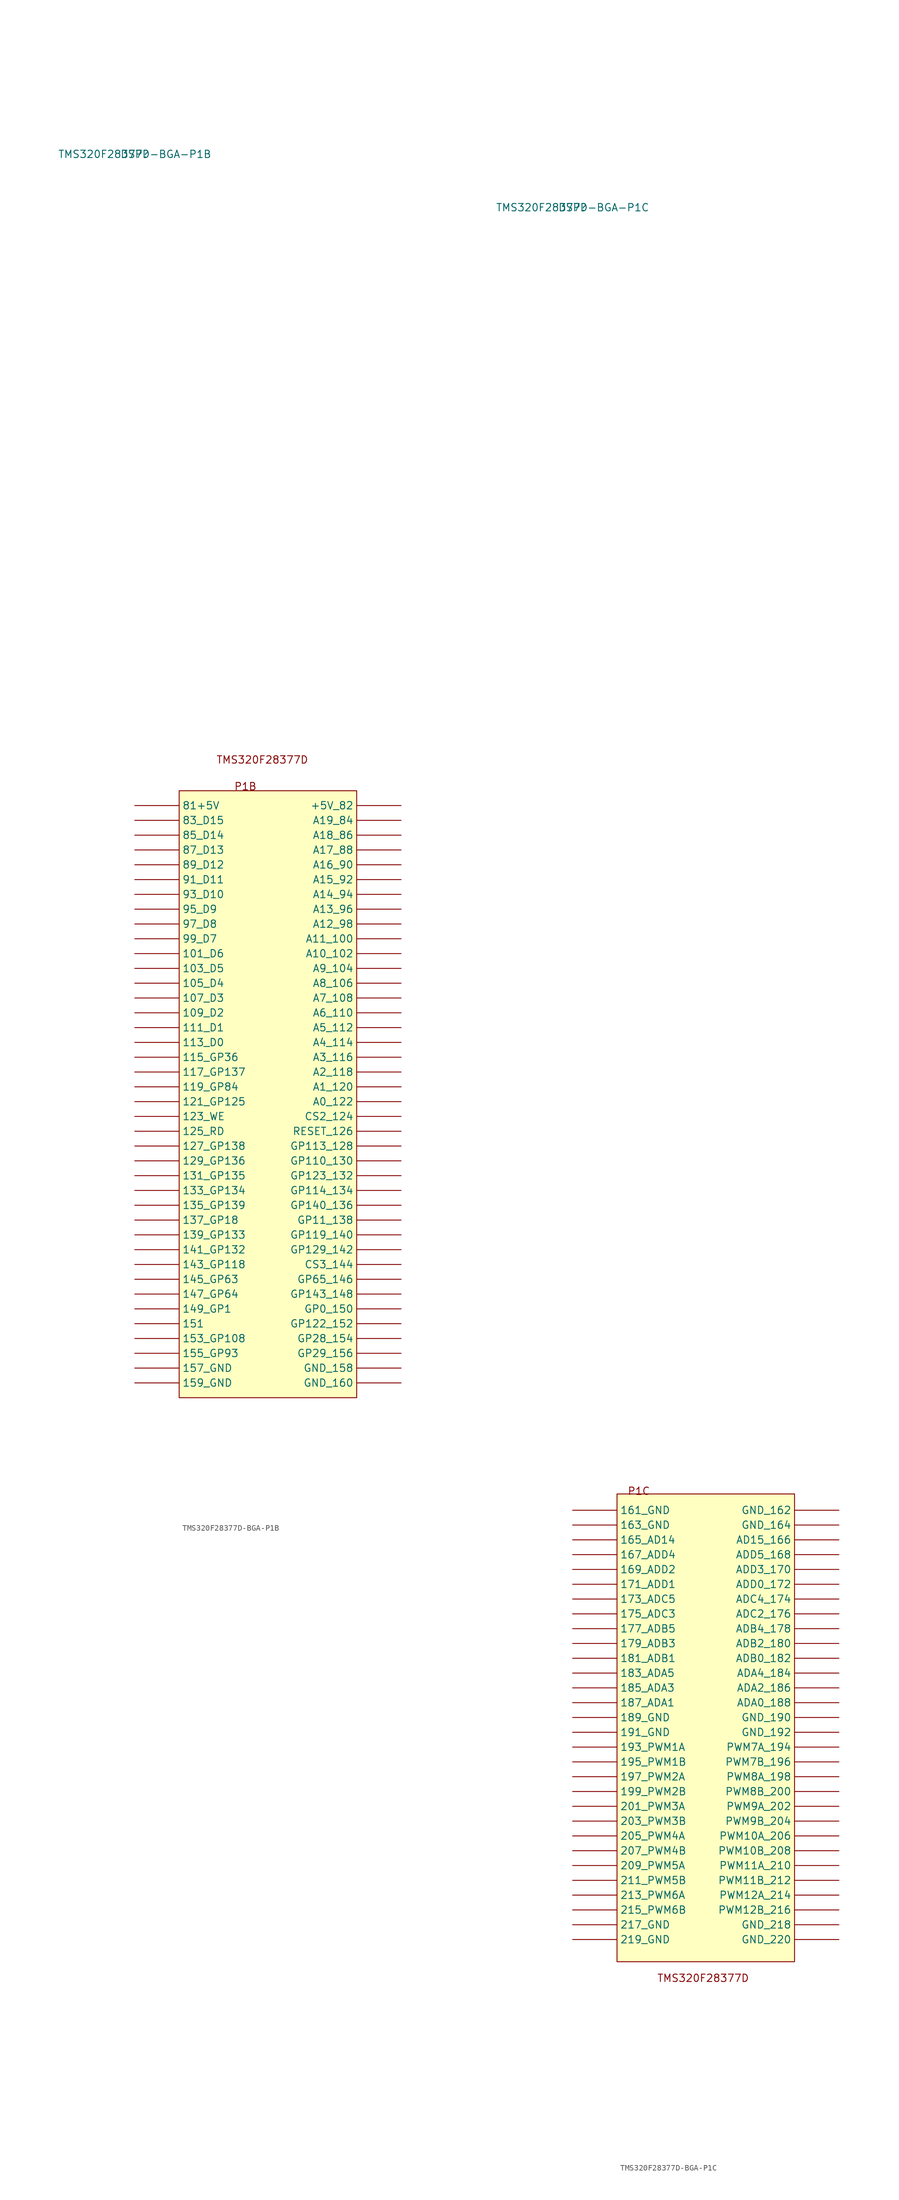
<source format=kicad_sym>
(kicad_symbol_lib
  (version 20220914)
  (generator kicad_symbol_editor)
  (symbol "TMS320F28377D-BGA-P1B"
    (property "Reference" "DSP"
      (at 0 0 0)
      (effects (font (size 1.27 1.27))))
    (property "Value" "TMS320F28377D-BGA-P1B"
      (at 0 0 0)
      (effects (font (size 1.27 1.27))))
    (symbol "TMS320F28377D-BGA-P1B_1_0"
      (rectangle (start 38.1 -109.22) (end 7.62 -213.36) (stroke (width 0) (type solid)) (fill (type background)))
      (text "P1B" (at 17.018 -109.22 0) (effects (font (size 1.27 1.27)) (justify left bottom)))
      (text "TMS320F28377D" (at 13.97 -104.648 0) (effects (font (size 1.27 1.27)) (justify left bottom)))
      (pin passive line (at 45.72 -134.62 180) (length 7.62) (name "A11_100" (effects (font (size 1.27 1.27)))) (number "100" (effects (font (size 0 0)))))
      (pin passive line (at 0 -137.16 0) (length 7.62) (name "101_D6" (effects (font (size 1.27 1.27)))) (number "101" (effects (font (size 0 0)))))
      (pin passive line (at 45.72 -137.16 180) (length 7.62) (name "A10_102" (effects (font (size 1.27 1.27)))) (number "102" (effects (font (size 0 0)))))
      (pin passive line (at 0 -139.7 0) (length 7.62) (name "103_D5" (effects (font (size 1.27 1.27)))) (number "103" (effects (font (size 0 0)))))
      (pin passive line (at 45.72 -139.7 180) (length 7.62) (name "A9_104" (effects (font (size 1.27 1.27)))) (number "104" (effects (font (size 0 0)))))
      (pin passive line (at 0 -142.24 0) (length 7.62) (name "105_D4" (effects (font (size 1.27 1.27)))) (number "105" (effects (font (size 0 0)))))
      (pin passive line (at 45.72 -142.24 180) (length 7.62) (name "A8_106" (effects (font (size 1.27 1.27)))) (number "106" (effects (font (size 0 0)))))
      (pin passive line (at 0 -144.78 0) (length 7.62) (name "107_D3" (effects (font (size 1.27 1.27)))) (number "107" (effects (font (size 0 0)))))
      (pin passive line (at 45.72 -144.78 180) (length 7.62) (name "A7_108" (effects (font (size 1.27 1.27)))) (number "108" (effects (font (size 0 0)))))
      (pin passive line (at 0 -147.32 0) (length 7.62) (name "109_D2" (effects (font (size 1.27 1.27)))) (number "109" (effects (font (size 0 0)))))
      (pin passive line (at 45.72 -147.32 180) (length 7.62) (name "A6_110" (effects (font (size 1.27 1.27)))) (number "110" (effects (font (size 0 0)))))
      (pin passive line (at 0 -149.86 0) (length 7.62) (name "111_D1" (effects (font (size 1.27 1.27)))) (number "111" (effects (font (size 0 0)))))
      (pin passive line (at 45.72 -149.86 180) (length 7.62) (name "A5_112" (effects (font (size 1.27 1.27)))) (number "112" (effects (font (size 0 0)))))
      (pin passive line (at 0 -152.4 0) (length 7.62) (name "113_D0" (effects (font (size 1.27 1.27)))) (number "113" (effects (font (size 0 0)))))
      (pin passive line (at 45.72 -152.4 180) (length 7.62) (name "A4_114" (effects (font (size 1.27 1.27)))) (number "114" (effects (font (size 0 0)))))
      (pin passive line (at 0 -154.94 0) (length 7.62) (name "115_GP36" (effects (font (size 1.27 1.27)))) (number "115" (effects (font (size 0 0)))))
      (pin passive line (at 45.72 -154.94 180) (length 7.62) (name "A3_116" (effects (font (size 1.27 1.27)))) (number "116" (effects (font (size 0 0)))))
      (pin passive line (at 0 -157.48 0) (length 7.62) (name "117_GP137" (effects (font (size 1.27 1.27)))) (number "117" (effects (font (size 0 0)))))
      (pin passive line (at 45.72 -157.48 180) (length 7.62) (name "A2_118" (effects (font (size 1.27 1.27)))) (number "118" (effects (font (size 0 0)))))
      (pin passive line (at 0 -160.02 0) (length 7.62) (name "119_GP84" (effects (font (size 1.27 1.27)))) (number "119" (effects (font (size 0 0)))))
      (pin passive line (at 45.72 -160.02 180) (length 7.62) (name "A1_120" (effects (font (size 1.27 1.27)))) (number "120" (effects (font (size 0 0)))))
      (pin passive line (at 0 -162.56 0) (length 7.62) (name "121_GP125" (effects (font (size 1.27 1.27)))) (number "121" (effects (font (size 0 0)))))
      (pin passive line (at 45.72 -162.56 180) (length 7.62) (name "A0_122" (effects (font (size 1.27 1.27)))) (number "122" (effects (font (size 0 0)))))
      (pin passive line (at 0 -165.1 0) (length 7.62) (name "123_WE" (effects (font (size 1.27 1.27)))) (number "123" (effects (font (size 0 0)))))
      (pin passive line (at 45.72 -165.1 180) (length 7.62) (name "CS2_124" (effects (font (size 1.27 1.27)))) (number "124" (effects (font (size 0 0)))))
      (pin passive line (at 0 -167.64 0) (length 7.62) (name "125_RD" (effects (font (size 1.27 1.27)))) (number "125" (effects (font (size 0 0)))))
      (pin passive line (at 45.72 -167.64 180) (length 7.62) (name "RESET_126" (effects (font (size 1.27 1.27)))) (number "126" (effects (font (size 0 0)))))
      (pin passive line (at 0 -170.18 0) (length 7.62) (name "127_GP138" (effects (font (size 1.27 1.27)))) (number "127" (effects (font (size 0 0)))))
      (pin passive line (at 45.72 -170.18 180) (length 7.62) (name "GP113_128" (effects (font (size 1.27 1.27)))) (number "128" (effects (font (size 0 0)))))
      (pin passive line (at 0 -172.72 0) (length 7.62) (name "129_GP136" (effects (font (size 1.27 1.27)))) (number "129" (effects (font (size 0 0)))))
      (pin passive line (at 45.72 -172.72 180) (length 7.62) (name "GP110_130" (effects (font (size 1.27 1.27)))) (number "130" (effects (font (size 0 0)))))
      (pin passive line (at 0 -175.26 0) (length 7.62) (name "131_GP135" (effects (font (size 1.27 1.27)))) (number "131" (effects (font (size 0 0)))))
      (pin passive line (at 45.72 -175.26 180) (length 7.62) (name "GP123_132" (effects (font (size 1.27 1.27)))) (number "132" (effects (font (size 0 0)))))
      (pin passive line (at 0 -177.8 0) (length 7.62) (name "133_GP134" (effects (font (size 1.27 1.27)))) (number "133" (effects (font (size 0 0)))))
      (pin passive line (at 45.72 -177.8 180) (length 7.62) (name "GP114_134" (effects (font (size 1.27 1.27)))) (number "134" (effects (font (size 0 0)))))
      (pin passive line (at 0 -180.34 0) (length 7.62) (name "135_GP139" (effects (font (size 1.27 1.27)))) (number "135" (effects (font (size 0 0)))))
      (pin passive line (at 45.72 -180.34 180) (length 7.62) (name "GP140_136" (effects (font (size 1.27 1.27)))) (number "136" (effects (font (size 0 0)))))
      (pin passive line (at 0 -182.88 0) (length 7.62) (name "137_GP18" (effects (font (size 1.27 1.27)))) (number "137" (effects (font (size 0 0)))))
      (pin passive line (at 45.72 -182.88 180) (length 7.62) (name "GP11_138" (effects (font (size 1.27 1.27)))) (number "138" (effects (font (size 0 0)))))
      (pin passive line (at 0 -185.42 0) (length 7.62) (name "139_GP133" (effects (font (size 1.27 1.27)))) (number "139" (effects (font (size 0 0)))))
      (pin passive line (at 45.72 -185.42 180) (length 7.62) (name "GP119_140" (effects (font (size 1.27 1.27)))) (number "140" (effects (font (size 0 0)))))
      (pin passive line (at 0 -187.96 0) (length 7.62) (name "141_GP132" (effects (font (size 1.27 1.27)))) (number "141" (effects (font (size 0 0)))))
      (pin passive line (at 45.72 -187.96 180) (length 7.62) (name "GP129_142" (effects (font (size 1.27 1.27)))) (number "142" (effects (font (size 0 0)))))
      (pin passive line (at 0 -190.5 0) (length 7.62) (name "143_GP118" (effects (font (size 1.27 1.27)))) (number "143" (effects (font (size 0 0)))))
      (pin passive line (at 45.72 -190.5 180) (length 7.62) (name "CS3_144" (effects (font (size 1.27 1.27)))) (number "144" (effects (font (size 0 0)))))
      (pin passive line (at 0 -193.04 0) (length 7.62) (name "145_GP63" (effects (font (size 1.27 1.27)))) (number "145" (effects (font (size 0 0)))))
      (pin passive line (at 45.72 -193.04 180) (length 7.62) (name "GP65_146" (effects (font (size 1.27 1.27)))) (number "146" (effects (font (size 0 0)))))
      (pin passive line (at 0 -195.58 0) (length 7.62) (name "147_GP64" (effects (font (size 1.27 1.27)))) (number "147" (effects (font (size 0 0)))))
      (pin passive line (at 45.72 -195.58 180) (length 7.62) (name "GP143_148" (effects (font (size 1.27 1.27)))) (number "148" (effects (font (size 0 0)))))
      (pin passive line (at 0 -198.12 0) (length 7.62) (name "149_GP1" (effects (font (size 1.27 1.27)))) (number "149" (effects (font (size 0 0)))))
      (pin passive line (at 45.72 -198.12 180) (length 7.62) (name "GP0_150" (effects (font (size 1.27 1.27)))) (number "150" (effects (font (size 0 0)))))
      (pin passive line (at 0 -200.66 0) (length 7.62) (name "151" (effects (font (size 1.27 1.27)))) (number "151" (effects (font (size 0 0)))))
      (pin passive line (at 45.72 -200.66 180) (length 7.62) (name "GP122_152" (effects (font (size 1.27 1.27)))) (number "152" (effects (font (size 0 0)))))
      (pin passive line (at 0 -203.2 0) (length 7.62) (name "153_GP108" (effects (font (size 1.27 1.27)))) (number "153" (effects (font (size 0 0)))))
      (pin passive line (at 45.72 -203.2 180) (length 7.62) (name "GP28_154" (effects (font (size 1.27 1.27)))) (number "154" (effects (font (size 0 0)))))
      (pin passive line (at 0 -205.74 0) (length 7.62) (name "155_GP93" (effects (font (size 1.27 1.27)))) (number "155" (effects (font (size 0 0)))))
      (pin passive line (at 45.72 -205.74 180) (length 7.62) (name "GP29_156" (effects (font (size 1.27 1.27)))) (number "156" (effects (font (size 0 0)))))
      (pin passive line (at 0 -208.28 0) (length 7.62) (name "157_GND" (effects (font (size 1.27 1.27)))) (number "157" (effects (font (size 0 0)))))
      (pin passive line (at 45.72 -208.28 180) (length 7.62) (name "GND_158" (effects (font (size 1.27 1.27)))) (number "158" (effects (font (size 0 0)))))
      (pin passive line (at 0 -210.82 0) (length 7.62) (name "159_GND" (effects (font (size 1.27 1.27)))) (number "159" (effects (font (size 0 0)))))
      (pin passive line (at 45.72 -210.82 180) (length 7.62) (name "GND_160" (effects (font (size 1.27 1.27)))) (number "160" (effects (font (size 0 0)))))
      (pin passive line (at 0 -111.76 0) (length 7.62) (name "81+5V" (effects (font (size 1.27 1.27)))) (number "81" (effects (font (size 0 0)))))
      (pin passive line (at 45.72 -111.76 180) (length 7.62) (name "+5V_82" (effects (font (size 1.27 1.27)))) (number "82" (effects (font (size 0 0)))))
      (pin passive line (at 0 -114.3 0) (length 7.62) (name "83_D15" (effects (font (size 1.27 1.27)))) (number "83" (effects (font (size 0 0)))))
      (pin passive line (at 45.72 -114.3 180) (length 7.62) (name "A19_84" (effects (font (size 1.27 1.27)))) (number "84" (effects (font (size 0 0)))))
      (pin passive line (at 0 -116.84 0) (length 7.62) (name "85_D14" (effects (font (size 1.27 1.27)))) (number "85" (effects (font (size 0 0)))))
      (pin passive line (at 45.72 -116.84 180) (length 7.62) (name "A18_86" (effects (font (size 1.27 1.27)))) (number "86" (effects (font (size 0 0)))))
      (pin passive line (at 0 -119.38 0) (length 7.62) (name "87_D13" (effects (font (size 1.27 1.27)))) (number "87" (effects (font (size 0 0)))))
      (pin passive line (at 45.72 -119.38 180) (length 7.62) (name "A17_88" (effects (font (size 1.27 1.27)))) (number "88" (effects (font (size 0 0)))))
      (pin passive line (at 0 -121.92 0) (length 7.62) (name "89_D12" (effects (font (size 1.27 1.27)))) (number "89" (effects (font (size 0 0)))))
      (pin passive line (at 45.72 -121.92 180) (length 7.62) (name "A16_90" (effects (font (size 1.27 1.27)))) (number "90" (effects (font (size 0 0)))))
      (pin passive line (at 0 -124.46 0) (length 7.62) (name "91_D11" (effects (font (size 1.27 1.27)))) (number "91" (effects (font (size 0 0)))))
      (pin passive line (at 45.72 -124.46 180) (length 7.62) (name "A15_92" (effects (font (size 1.27 1.27)))) (number "92" (effects (font (size 0 0)))))
      (pin passive line (at 0 -127 0) (length 7.62) (name "93_D10" (effects (font (size 1.27 1.27)))) (number "93" (effects (font (size 0 0)))))
      (pin passive line (at 45.72 -127 180) (length 7.62) (name "A14_94" (effects (font (size 1.27 1.27)))) (number "94" (effects (font (size 0 0)))))
      (pin passive line (at 0 -129.54 0) (length 7.62) (name "95_D9" (effects (font (size 1.27 1.27)))) (number "95" (effects (font (size 0 0)))))
      (pin passive line (at 45.72 -129.54 180) (length 7.62) (name "A13_96" (effects (font (size 1.27 1.27)))) (number "96" (effects (font (size 0 0)))))
      (pin passive line (at 0 -132.08 0) (length 7.62) (name "97_D8" (effects (font (size 1.27 1.27)))) (number "97" (effects (font (size 0 0)))))
      (pin passive line (at 45.72 -132.08 180) (length 7.62) (name "A12_98" (effects (font (size 1.27 1.27)))) (number "98" (effects (font (size 0 0)))))
      (pin passive line (at 0 -134.62 0) (length 7.62) (name "99_D7" (effects (font (size 1.27 1.27)))) (number "99" (effects (font (size 0 0)))))))
  (symbol "TMS320F28377D-BGA-P1C"
    (property "Reference" "DSP"
      (at 0 0 0)
      (effects (font (size 1.27 1.27))))
    (property "Value" "TMS320F28377D-BGA-P1C"
      (at 0 0 0)
      (effects (font (size 1.27 1.27))))
    (symbol "TMS320F28377D-BGA-P1C_1_0"
      (rectangle (start 38.1 -220.726) (end 7.62 -300.99) (stroke (width 0) (type solid)) (fill (type background)))
      (text "P1C" (at 9.398 -220.98 0) (effects (font (size 1.27 1.27)) (justify left bottom)))
      (text "TMS320F28377D" (at 14.478 -304.546 0) (effects (font (size 1.27 1.27)) (justify left bottom)))
      (pin passive line (at 0 -223.52 0) (length 7.62) (name "161_GND" (effects (font (size 1.27 1.27)))) (number "161" (effects (font (size 0 0)))))
      (pin passive line (at 45.72 -223.52 180) (length 7.62) (name "GND_162" (effects (font (size 1.27 1.27)))) (number "162" (effects (font (size 0 0)))))
      (pin passive line (at 0 -226.06 0) (length 7.62) (name "163_GND" (effects (font (size 1.27 1.27)))) (number "163" (effects (font (size 0 0)))))
      (pin passive line (at 45.72 -226.06 180) (length 7.62) (name "GND_164" (effects (font (size 1.27 1.27)))) (number "164" (effects (font (size 0 0)))))
      (pin passive line (at 0 -228.6 0) (length 7.62) (name "165_AD14" (effects (font (size 1.27 1.27)))) (number "165" (effects (font (size 0 0)))))
      (pin passive line (at 45.72 -228.6 180) (length 7.62) (name "AD15_166" (effects (font (size 1.27 1.27)))) (number "166" (effects (font (size 0 0)))))
      (pin passive line (at 0 -231.14 0) (length 7.62) (name "167_ADD4" (effects (font (size 1.27 1.27)))) (number "167" (effects (font (size 0 0)))))
      (pin passive line (at 45.72 -231.14 180) (length 7.62) (name "ADD5_168" (effects (font (size 1.27 1.27)))) (number "168" (effects (font (size 0 0)))))
      (pin passive line (at 0 -233.68 0) (length 7.62) (name "169_ADD2" (effects (font (size 1.27 1.27)))) (number "169" (effects (font (size 0 0)))))
      (pin passive line (at 45.72 -233.68 180) (length 7.62) (name "ADD3_170" (effects (font (size 1.27 1.27)))) (number "170" (effects (font (size 0 0)))))
      (pin passive line (at 0 -236.22 0) (length 7.62) (name "171_ADD1" (effects (font (size 1.27 1.27)))) (number "171" (effects (font (size 0 0)))))
      (pin passive line (at 45.72 -236.22 180) (length 7.62) (name "ADD0_172" (effects (font (size 1.27 1.27)))) (number "172" (effects (font (size 0 0)))))
      (pin passive line (at 0 -238.76 0) (length 7.62) (name "173_ADC5" (effects (font (size 1.27 1.27)))) (number "173" (effects (font (size 0 0)))))
      (pin passive line (at 45.72 -238.76 180) (length 7.62) (name "ADC4_174" (effects (font (size 1.27 1.27)))) (number "174" (effects (font (size 0 0)))))
      (pin passive line (at 0 -241.3 0) (length 7.62) (name "175_ADC3" (effects (font (size 1.27 1.27)))) (number "175" (effects (font (size 0 0)))))
      (pin passive line (at 45.72 -241.3 180) (length 7.62) (name "ADC2_176" (effects (font (size 1.27 1.27)))) (number "176" (effects (font (size 0 0)))))
      (pin passive line (at 0 -243.84 0) (length 7.62) (name "177_ADB5" (effects (font (size 1.27 1.27)))) (number "177" (effects (font (size 0 0)))))
      (pin passive line (at 45.72 -243.84 180) (length 7.62) (name "ADB4_178" (effects (font (size 1.27 1.27)))) (number "178" (effects (font (size 0 0)))))
      (pin passive line (at 0 -246.38 0) (length 7.62) (name "179_ADB3" (effects (font (size 1.27 1.27)))) (number "179" (effects (font (size 0 0)))))
      (pin passive line (at 45.72 -246.38 180) (length 7.62) (name "ADB2_180" (effects (font (size 1.27 1.27)))) (number "180" (effects (font (size 0 0)))))
      (pin passive line (at 0 -248.92 0) (length 7.62) (name "181_ADB1" (effects (font (size 1.27 1.27)))) (number "181" (effects (font (size 0 0)))))
      (pin passive line (at 45.72 -248.92 180) (length 7.62) (name "ADB0_182" (effects (font (size 1.27 1.27)))) (number "182" (effects (font (size 0 0)))))
      (pin passive line (at 0 -251.46 0) (length 7.62) (name "183_ADA5" (effects (font (size 1.27 1.27)))) (number "183" (effects (font (size 0 0)))))
      (pin passive line (at 45.72 -251.46 180) (length 7.62) (name "ADA4_184" (effects (font (size 1.27 1.27)))) (number "184" (effects (font (size 0 0)))))
      (pin passive line (at 0 -254 0) (length 7.62) (name "185_ADA3" (effects (font (size 1.27 1.27)))) (number "185" (effects (font (size 0 0)))))
      (pin passive line (at 45.72 -254 180) (length 7.62) (name "ADA2_186" (effects (font (size 1.27 1.27)))) (number "186" (effects (font (size 0 0)))))
      (pin passive line (at 0 -256.54 0) (length 7.62) (name "187_ADA1" (effects (font (size 1.27 1.27)))) (number "187" (effects (font (size 0 0)))))
      (pin passive line (at 45.72 -256.54 180) (length 7.62) (name "ADA0_188" (effects (font (size 1.27 1.27)))) (number "188" (effects (font (size 0 0)))))
      (pin passive line (at 0 -259.08 0) (length 7.62) (name "189_GND" (effects (font (size 1.27 1.27)))) (number "189" (effects (font (size 0 0)))))
      (pin passive line (at 45.72 -259.08 180) (length 7.62) (name "GND_190" (effects (font (size 1.27 1.27)))) (number "190" (effects (font (size 0 0)))))
      (pin passive line (at 0 -261.62 0) (length 7.62) (name "191_GND" (effects (font (size 1.27 1.27)))) (number "191" (effects (font (size 0 0)))))
      (pin passive line (at 45.72 -261.62 180) (length 7.62) (name "GND_192" (effects (font (size 1.27 1.27)))) (number "192" (effects (font (size 0 0)))))
      (pin passive line (at 0 -264.16 0) (length 7.62) (name "193_PWM1A" (effects (font (size 1.27 1.27)))) (number "193" (effects (font (size 0 0)))))
      (pin passive line (at 45.72 -264.16 180) (length 7.62) (name "PWM7A_194" (effects (font (size 1.27 1.27)))) (number "194" (effects (font (size 0 0)))))
      (pin passive line (at 0 -266.7 0) (length 7.62) (name "195_PWM1B" (effects (font (size 1.27 1.27)))) (number "195" (effects (font (size 0 0)))))
      (pin passive line (at 45.72 -266.7 180) (length 7.62) (name "PWM7B_196" (effects (font (size 1.27 1.27)))) (number "196" (effects (font (size 0 0)))))
      (pin passive line (at 0 -269.24 0) (length 7.62) (name "197_PWM2A" (effects (font (size 1.27 1.27)))) (number "197" (effects (font (size 0 0)))))
      (pin passive line (at 45.72 -269.24 180) (length 7.62) (name "PWM8A_198" (effects (font (size 1.27 1.27)))) (number "198" (effects (font (size 0 0)))))
      (pin passive line (at 0 -271.78 0) (length 7.62) (name "199_PWM2B" (effects (font (size 1.27 1.27)))) (number "199" (effects (font (size 0 0)))))
      (pin passive line (at 45.72 -271.78 180) (length 7.62) (name "PWM8B_200" (effects (font (size 1.27 1.27)))) (number "200" (effects (font (size 0 0)))))
      (pin passive line (at 0 -274.32 0) (length 7.62) (name "201_PWM3A" (effects (font (size 1.27 1.27)))) (number "201" (effects (font (size 0 0)))))
      (pin passive line (at 45.72 -274.32 180) (length 7.62) (name "PWM9A_202" (effects (font (size 1.27 1.27)))) (number "202" (effects (font (size 0 0)))))
      (pin passive line (at 0 -276.86 0) (length 7.62) (name "203_PWM3B" (effects (font (size 1.27 1.27)))) (number "203" (effects (font (size 0 0)))))
      (pin passive line (at 45.72 -276.86 180) (length 7.62) (name "PWM9B_204" (effects (font (size 1.27 1.27)))) (number "204" (effects (font (size 0 0)))))
      (pin passive line (at 0 -279.4 0) (length 7.62) (name "205_PWM4A" (effects (font (size 1.27 1.27)))) (number "205" (effects (font (size 0 0)))))
      (pin passive line (at 45.72 -279.4 180) (length 7.62) (name "PWM10A_206" (effects (font (size 1.27 1.27)))) (number "206" (effects (font (size 0 0)))))
      (pin passive line (at 0 -281.94 0) (length 7.62) (name "207_PWM4B" (effects (font (size 1.27 1.27)))) (number "207" (effects (font (size 0 0)))))
      (pin passive line (at 45.72 -281.94 180) (length 7.62) (name "PWM10B_208" (effects (font (size 1.27 1.27)))) (number "208" (effects (font (size 0 0)))))
      (pin passive line (at 0 -284.48 0) (length 7.62) (name "209_PWM5A" (effects (font (size 1.27 1.27)))) (number "209" (effects (font (size 0 0)))))
      (pin passive line (at 45.72 -284.48 180) (length 7.62) (name "PWM11A_210" (effects (font (size 1.27 1.27)))) (number "210" (effects (font (size 0 0)))))
      (pin passive line (at 0 -287.02 0) (length 7.62) (name "211_PWM5B" (effects (font (size 1.27 1.27)))) (number "211" (effects (font (size 0 0)))))
      (pin passive line (at 45.72 -287.02 180) (length 7.62) (name "PWM11B_212" (effects (font (size 1.27 1.27)))) (number "212" (effects (font (size 0 0)))))
      (pin passive line (at 0 -289.56 0) (length 7.62) (name "213_PWM6A" (effects (font (size 1.27 1.27)))) (number "213" (effects (font (size 0 0)))))
      (pin passive line (at 45.72 -289.56 180) (length 7.62) (name "PWM12A_214" (effects (font (size 1.27 1.27)))) (number "214" (effects (font (size 0 0)))))
      (pin passive line (at 0 -292.1 0) (length 7.62) (name "215_PWM6B" (effects (font (size 1.27 1.27)))) (number "215" (effects (font (size 0 0)))))
      (pin passive line (at 45.72 -292.1 180) (length 7.62) (name "PWM12B_216" (effects (font (size 1.27 1.27)))) (number "216" (effects (font (size 0 0)))))
      (pin passive line (at 0 -294.64 0) (length 7.62) (name "217_GND" (effects (font (size 1.27 1.27)))) (number "217" (effects (font (size 0 0)))))
      (pin passive line (at 45.72 -294.64 180) (length 7.62) (name "GND_218" (effects (font (size 1.27 1.27)))) (number "218" (effects (font (size 0 0)))))
      (pin passive line (at 0 -297.18 0) (length 7.62) (name "219_GND" (effects (font (size 1.27 1.27)))) (number "219" (effects (font (size 0 0)))))
      (pin passive line (at 45.72 -297.18 180) (length 7.62) (name "GND_220" (effects (font (size 1.27 1.27)))) (number "220" (effects (font (size 0 0))))))))
</source>
